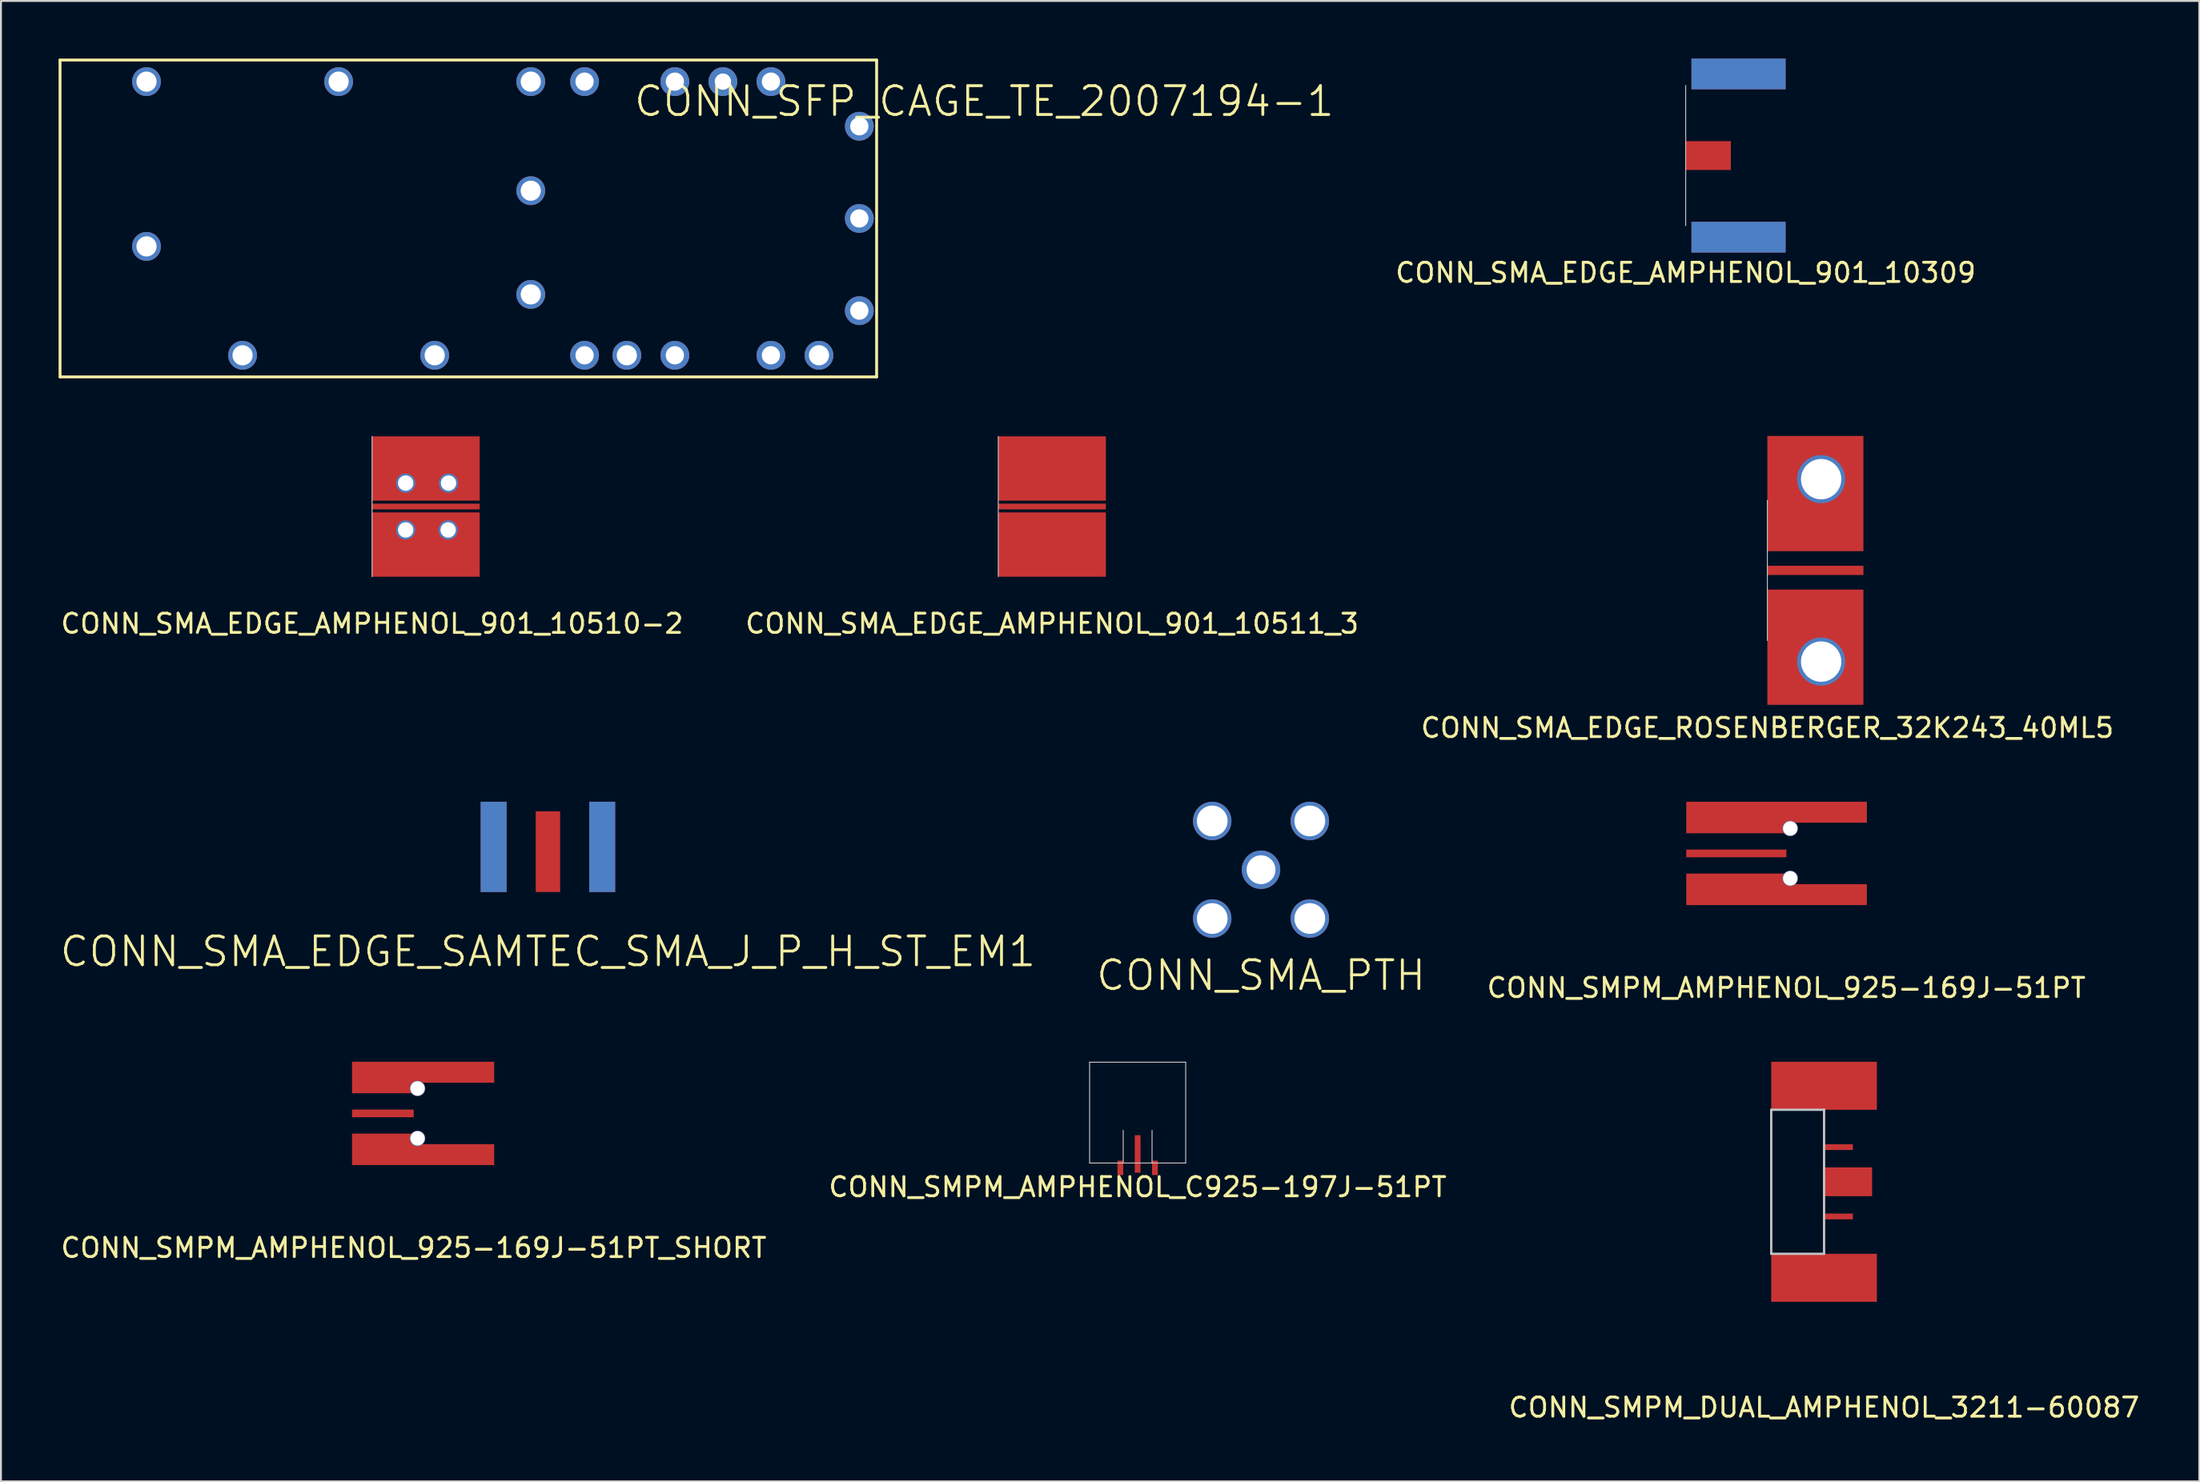
<source format=kicad_pcb>
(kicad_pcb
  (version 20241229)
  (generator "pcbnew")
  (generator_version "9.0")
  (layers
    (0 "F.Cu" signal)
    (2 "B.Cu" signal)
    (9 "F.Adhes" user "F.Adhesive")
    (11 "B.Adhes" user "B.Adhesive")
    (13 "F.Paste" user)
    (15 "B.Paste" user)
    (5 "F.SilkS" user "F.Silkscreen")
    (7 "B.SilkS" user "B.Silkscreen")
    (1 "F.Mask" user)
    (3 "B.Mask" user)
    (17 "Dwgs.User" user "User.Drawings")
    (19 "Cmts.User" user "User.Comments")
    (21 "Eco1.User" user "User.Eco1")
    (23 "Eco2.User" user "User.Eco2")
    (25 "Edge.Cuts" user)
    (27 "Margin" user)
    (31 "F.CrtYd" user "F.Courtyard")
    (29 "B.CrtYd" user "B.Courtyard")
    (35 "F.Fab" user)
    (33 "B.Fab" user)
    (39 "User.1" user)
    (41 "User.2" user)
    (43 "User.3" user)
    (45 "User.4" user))
  (footprint "CONN_SMA_EDGE_ROSENBERGER_32K243_40ML5"
    (layer "F.Cu")
    (at 88.935 26.65)
    (property "Reference" "CONN_SMA_EDGE_ROSENBERGER_32K243_40ML5" (at 0 8.2 0) (layer "F.SilkS") (effects (font (size 1 1) (thickness 0.15))))
    (attr through_hole)
    (fp_line (start 0 -3.65) (end 0 3.65) (stroke (width 0.05) (type solid)) (layer "Dwgs.User"))
    (pad "" smd rect (at 0.75 0) (size 1.5 0.3) (layers "F.Paste"))
    (pad "1" smd rect (at 2.5 0) (size 5 0.48) (layers "F.Cu" "F.Mask"))
    (pad "2" smd rect (at 2.5 -4) (size 5 6) (layers "F.Cu" "F.Mask" "F.Paste"))
    (pad "2" smd rect (at 2.5 4) (size 5 6) (layers "F.Cu" "F.Mask" "F.Paste"))
    (pad "2" thru_hole circle (at 2.8 -4.75) (size 2.5 2.5) (drill 2.1) (layers "*.Cu" "*.Mask"))
    (pad "2" thru_hole circle (at 2.8 4.75) (size 2.5 2.5) (drill 2.1) (layers "*.Cu" "*.Mask")))
  (footprint "CONN_SMPM_AMPHENOL_C925-197J-51PT"
    (layer "F.Cu")
    (at 56.161 54.761)
    (property "Reference" "CONN_SMPM_AMPHENOL_C925-197J-51PT" (at 0 4 0) (unlocked yes) (layer "F.SilkS") (effects (font (size 1 1) (thickness 0.15))))
    (attr smd)
    (fp_line (start -2.5 -2.5) (end -2.5 2.75) (stroke (width 0.05) (type solid)) (layer "Dwgs.User"))
    (fp_line (start -2.5 2.75) (end 2.5 2.75) (stroke (width 0.05) (type solid)) (layer "Dwgs.User"))
    (fp_line (start -0.75 2.75) (end -0.75 1.05) (stroke (width 0.05) (type solid)) (layer "Dwgs.User"))
    (fp_line (start 0.75 2.75) (end 0.75 1.05) (stroke (width 0.05) (type solid)) (layer "Dwgs.User"))
    (fp_line (start 2.5 -2.5) (end -2.5 -2.5) (stroke (width 0.05) (type solid)) (layer "Dwgs.User"))
    (fp_line (start 2.5 2.75) (end 2.5 -2.5) (stroke (width 0.05) (type solid)) (layer "Dwgs.User"))
    (pad "" smd rect (at -2 0) (size 0.5 4.5) (layers "F.Paste"))
    (pad "" smd rect (at -1.75 2 270) (size 0.5 1) (layers "F.Paste"))
    (pad "" smd rect (at -1.25 -2 270) (size 0.5 2) (layers "F.Paste"))
    (pad "" smd rect (at 1.25 -2 270) (size 0.5 2) (layers "F.Paste"))
    (pad "" smd rect (at 1.75 2 270) (size 0.5 1) (layers "F.Paste"))
    (pad "" smd rect (at 2 0) (size 0.5 4.5) (layers "F.Paste"))
    (pad "1" smd rect (at 0 2.275) (size 0.3 1.95) (layers "F.Cu" "F.Mask" "F.Paste"))
    (pad "2" smd rect (at -0.9 3) (size 0.3 0.75) (layers "F.Cu" "F.Mask"))
    (pad "2" smd rect (at 0.9 3) (size 0.3 0.75) (layers "F.Cu" "F.Mask"))
    (pad "~" smd circle (at 0 0) (size 0.001 0.001) (layers "F.Cu" "F.Mask" "F.Paste")))
  (footprint "CONN_SFP_CAGE_TE_2007194-1"
    (layer "F.Cu")
    (at 34.575 8.325)
    (property "Reference" "CONN_SFP_CAGE_TE_2007194-1" (at 13.6 -6.1 0) (layer "F.SilkS") (effects (font (size 1.5 1.5) (thickness 0.15))))
    (attr through_hole)
    (fp_line (start -34.5 -8.25) (end -34.5 8.25) (stroke (width 0.15) (type solid)) (layer "F.SilkS"))
    (fp_line (start -34.5 -8.25) (end 8 -8.25) (stroke (width 0.15) (type solid)) (layer "F.SilkS"))
    (fp_line (start 8 -8.25) (end 8 8.25) (stroke (width 0.15) (type solid)) (layer "F.SilkS"))
    (fp_line (start 8 8.25) (end -34.5 8.25) (stroke (width 0.15) (type solid)) (layer "F.SilkS"))
    (pad "1" thru_hole circle (at -30 -7.125) (size 1.5 1.5) (drill 1.05) (layers "*.Cu" "*.Mask"))
    (pad "1" thru_hole circle (at -30 1.455) (size 1.5 1.5) (drill 1.05) (layers "*.Cu" "*.Mask"))
    (pad "1" thru_hole circle (at -25 7.125) (size 1.5 1.5) (drill 1.05) (layers "*.Cu" "*.Mask"))
    (pad "1" thru_hole circle (at -20 -7.125) (size 1.5 1.5) (drill 1.05) (layers "*.Cu" "*.Mask"))
    (pad "1" thru_hole circle (at -15 7.125) (size 1.5 1.5) (drill 1.05) (layers "*.Cu" "*.Mask"))
    (pad "1" thru_hole circle (at -10 -7.125) (size 1.5 1.5) (drill 1.05) (layers "*.Cu" "*.Mask"))
    (pad "1" thru_hole circle (at -10 -1.445) (size 1.5 1.5) (drill 1.05) (layers "*.Cu" "*.Mask"))
    (pad "1" thru_hole circle (at -10 3.955) (size 1.5 1.5) (drill 1.05) (layers "*.Cu" "*.Mask"))
    (pad "1" thru_hole circle (at -7.2 -7.125) (size 1.5 1.5) (drill 0.95) (layers "*.Cu" "*.Mask"))
    (pad "1" thru_hole circle (at -7.2 7.125) (size 1.5 1.5) (drill 0.95) (layers "*.Cu" "*.Mask"))
    (pad "1" thru_hole circle (at -5 7.125) (size 1.5 1.5) (drill 1.05) (layers "*.Cu" "*.Mask"))
    (pad "1" thru_hole circle (at -2.5 -7.125) (size 1.5 1.5) (drill 0.95) (layers "*.Cu" "*.Mask"))
    (pad "1" thru_hole circle (at -2.5 7.125) (size 1.5 1.5) (drill 0.95) (layers "*.Cu" "*.Mask"))
    (pad "1" thru_hole circle (at 0 -7.125) (size 1.5 1.5) (drill 0.85) (layers "*.Cu" "*.Mask"))
    (pad "1" thru_hole circle (at 2.5 -7.125) (size 1.5 1.5) (drill 0.95) (layers "*.Cu" "*.Mask"))
    (pad "1" thru_hole circle (at 2.5 7.125) (size 1.5 1.5) (drill 0.95) (layers "*.Cu" "*.Mask"))
    (pad "1" thru_hole circle (at 5 7.125) (size 1.5 1.5) (drill 1.05) (layers "*.Cu" "*.Mask"))
    (pad "1" thru_hole circle (at 7.1 -4.8) (size 1.5 1.5) (drill 0.95) (layers "*.Cu" "*.Mask"))
    (pad "1" thru_hole circle (at 7.1 0) (size 1.5 1.5) (drill 0.95) (layers "*.Cu" "*.Mask"))
    (pad "1" thru_hole circle (at 7.1 4.8) (size 1.5 1.5) (drill 0.95) (layers "*.Cu" "*.Mask")))
  (footprint "CONN_SMA_EDGE_AMPHENOL_901_10510-2"
    (layer "F.Cu")
    (at 16.315 23.325)
    (property "Reference" "CONN_SMA_EDGE_AMPHENOL_901_10510-2" (at 0 6.1 0) (layer "F.SilkS") (effects (font (size 1 1) (thickness 0.15))))
    (attr smd)
    (fp_line (start 0 -3.65) (end 0 3.65) (stroke (width 0.05) (type solid)) (layer "Dwgs.User"))
    (pad "" smd rect (at 0.75 0) (size 1.5 0.3) (layers "F.Paste"))
    (pad "1" smd rect (at 2.8 0) (size 5.6 0.3) (layers "F.Cu" "F.Mask"))
    (pad "2" thru_hole circle (at 1.75 -1.22) (size 1 1) (drill 0.8) (layers "*.Cu" "*.Mask"))
    (pad "2" thru_hole circle (at 1.75 1.22) (size 1 1) (drill 0.8) (layers "*.Cu" "*.Mask"))
    (pad "2" smd rect (at 2.8 -1.98) (size 5.6 3.35) (layers "F.Cu" "F.Mask" "F.Paste"))
    (pad "2" smd rect (at 2.8 1.98) (size 5.6 3.35) (layers "F.Cu" "F.Mask" "F.Paste"))
    (pad "2" thru_hole circle (at 3.96 1.22) (size 1 1) (drill 0.8) (layers "*.Cu" "*.Mask"))
    (pad "2" thru_hole circle (at 3.98 -1.22) (size 1 1) (drill 0.8) (layers "*.Cu" "*.Mask")))
  (footprint "CONN_SMPM_AMPHENOL_925-169J-51PT"
    (layer "F.Cu")
    (at 89.925 41.388)
    (property "Reference" "CONN_SMPM_AMPHENOL_925-169J-51PT" (at 0 7 0) (layer "F.SilkS") (effects (font (size 1 1) (thickness 0.15))))
    (attr through_hole)
    (pad "" np_thru_hole circle (at 0.2 -1.3) (size 0.8 0.8) (drill 0.75) (layers "*.Cu" "*.Mask"))
    (pad "" np_thru_hole circle (at 0.2 1.3) (size 0.8 0.8) (drill 0.75) (layers "*.Cu" "*.Mask"))
    (pad "1" smd rect (at -2.605 0) (size 5.21 0.4) (layers "F.Cu" "F.Mask" "F.Paste"))
    (pad "2" smd custom (at -2.605 -1.87) (size 5.21 1.64) (layers "F.Cu" "F.Mask" "F.Paste") (options (anchor rect)) (primitives (gr_poly (pts (xy 2.605 -0.82) (xy 6.795 -0.82) (xy 6.795 0.27) (xy 2.605 0.27)) (width 0) (fill yes))))
    (pad "2" smd custom (at -2.605 1.87) (size 5.21 1.64) (layers "F.Cu" "F.Mask" "F.Paste") (options (anchor rect)) (primitives (gr_poly (pts (xy 2.605 0.82) (xy 6.795 0.82) (xy 6.795 -0.27) (xy 2.605 -0.27)) (width 0) (fill yes)))))
  (footprint "CONN_SMA_EDGE_AMPHENOL_901_10309"
    (layer "F.Cu")
    (at 84.685 5.05)
    (property "Reference" "CONN_SMA_EDGE_AMPHENOL_901_10309" (at 0 6.1 0) (layer "F.SilkS") (effects (font (size 1 1) (thickness 0.15))))
    (attr through_hole)
    (fp_line (start 0 -3.65) (end 0 3.65) (stroke (width 0.05) (type solid)) (layer "Dwgs.User"))
    (pad "1" smd rect (at 1.175 0) (size 2.35 1.5) (layers "F.Cu" "F.Mask" "F.Paste"))
    (pad "2" smd rect (at 2.75 -4.25) (size 4.9 1.6) (layers "F.Cu" "F.Mask" "F.Paste"))
    (pad "2" smd rect (at 2.75 -4.25) (size 4.9 1.6) (layers "B.Cu" "B.Mask"))
    (pad "2" smd rect (at 2.75 4.25) (size 4.9 1.6) (layers "F.Cu" "F.Mask" "F.Paste"))
    (pad "2" smd rect (at 2.75 4.25) (size 4.9 1.6) (layers "B.Cu" "B.Mask")))
  (footprint "CONN_SMA_PTH"
    (layer "F.Cu")
    (at 62.582 42.238)
    (property "Reference" "CONN_SMA_PTH" (at 0 5.5 0) (layer "F.SilkS") (effects (font (size 1.5 1.5) (thickness 0.15))))
    (attr through_hole)
    (pad "1" thru_hole circle (at 0 0) (size 2 2) (drill 1.5) (layers "*.Cu" "*.Mask"))
    (pad "2" thru_hole circle (at -2.54 -2.54) (size 2 2) (drill 1.6) (layers "*.Cu" "*.Mask"))
    (pad "2" thru_hole circle (at -2.54 2.54) (size 2 2) (drill 1.6) (layers "*.Cu" "*.Mask"))
    (pad "2" thru_hole circle (at 2.54 -2.54) (size 2 2) (drill 1.6) (layers "*.Cu" "*.Mask"))
    (pad "2" thru_hole circle (at 2.54 2.54) (size 2 2) (drill 1.6) (layers "*.Cu" "*.Mask")))
  (footprint "CONN_SMA_EDGE_AMPHENOL_901_10511_3"
    (layer "F.Cu")
    (at 51.708 23.325)
    (property "Reference" "CONN_SMA_EDGE_AMPHENOL_901_10511_3" (at 0 6.1 0) (layer "F.SilkS") (effects (font (size 1 1) (thickness 0.15))))
    (attr smd)
    (fp_line (start -2.8 -3.65) (end -2.8 3.65) (stroke (width 0.05) (type solid)) (layer "Dwgs.User"))
    (pad "" smd rect (at -2.05 0) (size 1.5 0.3) (layers "F.Paste"))
    (pad "1" smd rect (at 0 0) (size 5.6 0.3) (layers "F.Cu" "F.Mask"))
    (pad "2" smd rect (at 0 -1.98) (size 5.6 3.35) (layers "F.Cu" "F.Mask" "F.Paste"))
    (pad "2" smd rect (at 0 1.98) (size 5.6 3.35) (layers "F.Cu" "F.Mask" "F.Paste")))
  (footprint "CONN_SMA_EDGE_SAMTEC_SMA_J_P_H_ST_EM1"
    (layer "F.Cu")
    (at 25.468 43.398)
    (property "Reference" "CONN_SMA_EDGE_SAMTEC_SMA_J_P_H_ST_EM1" (at 0 3.1 0) (layer "F.SilkS") (effects (font (size 1.5 1.5) (thickness 0.15))))
    (attr through_hole)
    (pad "1" smd rect (at 0 -2.1) (size 1.27 4.2) (layers "F.Cu" "F.Mask" "F.Paste"))
    (pad "2" smd rect (at -2.825 -2.35) (size 1.35 4.7) (layers "F.Cu" "F.Mask" "F.Paste"))
    (pad "2" smd rect (at -2.825 -2.35) (size 1.35 4.7) (layers "B.Cu" "B.Mask"))
    (pad "2" smd rect (at 2.825 -2.35) (size 1.35 4.7) (layers "F.Cu" "F.Mask" "F.Paste"))
    (pad "2" smd rect (at 2.825 -2.35 180) (size 1.35 4.7) (layers "B.Cu" "B.Mask")))
  (footprint "CONN_SMPM_AMPHENOL_925-169J-51PT_SHORT"
    (layer "F.Cu")
    (at 18.482 54.926)
    (property "Reference" "CONN_SMPM_AMPHENOL_925-169J-51PT_SHORT" (at 0 7 0) (layer "F.SilkS") (effects (font (size 1 1) (thickness 0.15))))
    (attr through_hole)
    (pad "" np_thru_hole circle (at 0.2 -1.3) (size 0.8 0.8) (drill 0.75) (layers "*.Cu" "*.Mask"))
    (pad "" np_thru_hole circle (at 0.2 1.3) (size 0.8 0.8) (drill 0.75) (layers "*.Cu" "*.Mask"))
    (pad "1" smd rect (at -1.605 0) (size 3.21 0.4) (layers "F.Cu" "F.Mask" "F.Paste"))
    (pad "2" smd custom (at -1.605 -1.87) (size 3.21 1.64) (layers "F.Cu" "F.Mask" "F.Paste") (options (anchor rect)) (primitives (gr_poly (pts (xy 5.795 0.27) (xy 1.605 0.27) (xy 1.605 -0.82) (xy 5.795 -0.82)) (width 0) (fill yes))))
    (pad "2" smd custom (at -1.605 1.87) (size 3.21 1.64) (layers "F.Cu" "F.Mask" "F.Paste") (options (anchor rect)) (primitives (gr_poly (pts (xy 5.795 0.82) (xy 1.605 0.82) (xy 1.605 -0.27) (xy 5.795 -0.27)) (width 0) (fill yes)))))
  (footprint "CONN_SMPM_DUAL_AMPHENOL_3211-60087"
    (layer "F.Cu")
    (at 91.887 58.486)
    (property "Reference" "CONN_SMPM_DUAL_AMPHENOL_3211-60087" (at 0 11.75 0) (layer "F.SilkS") (effects (font (size 1 1) (thickness 0.15))))
    (attr through_hole)
    (fp_line (start -2.75 -3.75) (end -2.75 3.75) (stroke (width 0.12) (type solid)) (layer "Dwgs.User"))
    (fp_line (start -2.75 -3.75) (end 0 -3.75) (stroke (width 0.12) (type solid)) (layer "Dwgs.User"))
    (fp_line (start -2.75 3.75) (end 0 3.75) (stroke (width 0.12) (type solid)) (layer "Dwgs.User"))
    (fp_line (start 0 -3.75) (end 0 3.75) (stroke (width 0.12) (type solid)) (layer "Dwgs.User"))
    (pad "1" smd rect (at 0.75 -1.805) (size 1.5 0.3) (layers "F.Cu" "F.Mask" "F.Paste"))
    (pad "2" smd rect (at 0.75 1.805) (size 1.5 0.3) (layers "F.Cu" "F.Mask" "F.Paste"))
    (pad "3" smd rect (at 0 -5) (size 5.5 2.5) (layers "F.Cu" "F.Mask" "F.Paste"))
    (pad "3" smd rect (at 0 5) (size 5.5 2.5) (layers "F.Cu" "F.Mask" "F.Paste"))
    (pad "3" smd rect (at 1.25 0) (size 2.5 1.5) (layers "F.Cu" "F.Mask" "F.Paste")))
  (gr_rect
    (start -3 -3)
    (end 111.417 74.085)
    (stroke (width 0.1) (type default))
    (fill no)
    (layer "Edge.Cuts")))
</source>
